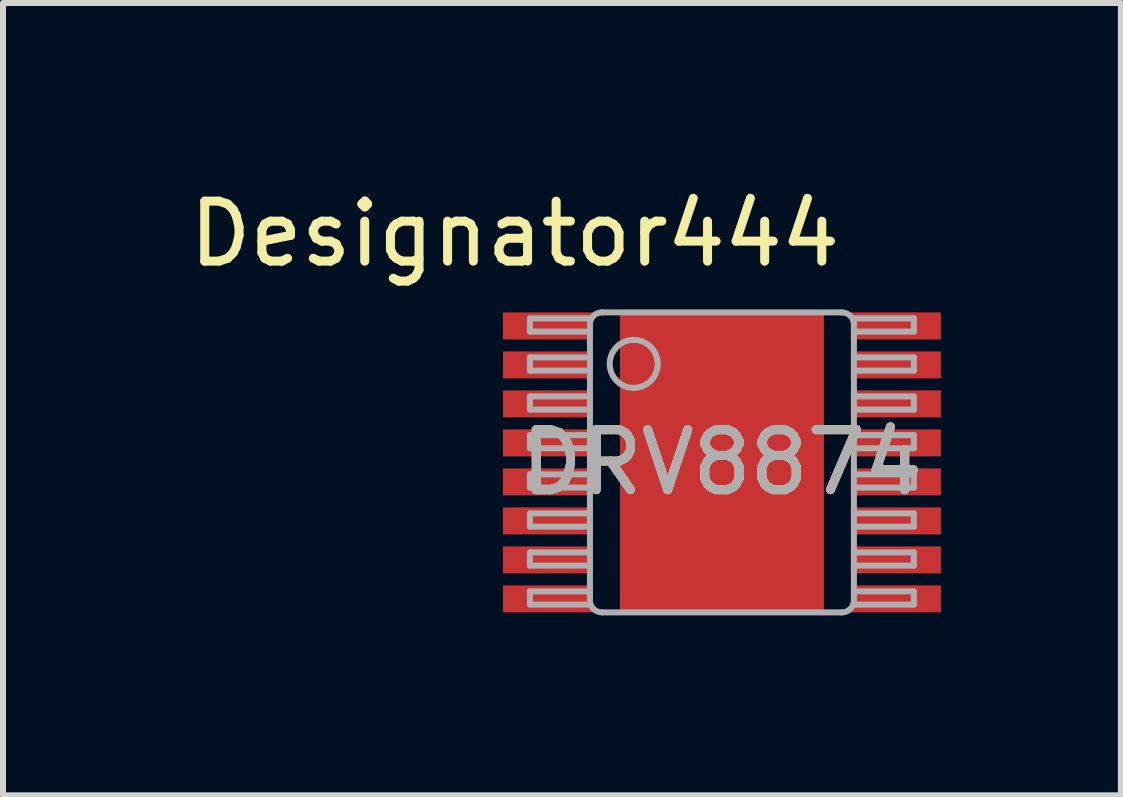
<source format=kicad_pcb>
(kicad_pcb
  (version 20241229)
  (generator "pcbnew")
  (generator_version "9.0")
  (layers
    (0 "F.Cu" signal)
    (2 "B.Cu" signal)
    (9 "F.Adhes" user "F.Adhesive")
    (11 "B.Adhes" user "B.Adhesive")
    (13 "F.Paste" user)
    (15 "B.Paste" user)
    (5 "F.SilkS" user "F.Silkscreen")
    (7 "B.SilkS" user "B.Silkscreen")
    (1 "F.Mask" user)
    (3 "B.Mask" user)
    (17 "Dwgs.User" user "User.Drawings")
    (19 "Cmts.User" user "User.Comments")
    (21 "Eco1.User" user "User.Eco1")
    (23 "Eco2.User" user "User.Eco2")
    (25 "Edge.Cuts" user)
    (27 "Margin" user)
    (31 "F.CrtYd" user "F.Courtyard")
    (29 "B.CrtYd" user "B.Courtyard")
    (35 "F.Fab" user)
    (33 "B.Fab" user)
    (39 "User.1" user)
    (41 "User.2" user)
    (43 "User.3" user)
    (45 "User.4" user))
  (footprint "DRV8874"
    (layer "F.Cu")
    (at 8.984 4.658)
    (property "Reference" "DRV8874" (at 0 0 0) (unlocked yes) (layer "F.SilkS") (effects (font (size 1 1) (thickness 0.15))))
    (attr smd)
    (fp_poly (pts (xy -1.23 1.726) (xy -1.23 -1.726) (xy -1.229 -1.735) (xy -1.226 -1.745) (xy -1.222 -1.753) (xy -1.216 -1.761) (xy -1.208 -1.767) (xy -1.2 -1.771) (xy -1.19 -1.774) (xy -1.181 -1.775) (xy 1.181 -1.775) (xy 1.19 -1.774) (xy 1.2 -1.771) (xy 1.208 -1.767) (xy 1.216 -1.761) (xy 1.222 -1.753) (xy 1.226 -1.745) (xy 1.229 -1.735) (xy 1.23 -1.726) (xy 1.23 1.726) (xy 1.229 1.735) (xy 1.226 1.745) (xy 1.222 1.753) (xy 1.216 1.761) (xy 1.208 1.767) (xy 1.2 1.771) (xy 1.19 1.774) (xy 1.181 1.775) (xy -1.181 1.775) (xy -1.19 1.774) (xy -1.2 1.771) (xy -1.208 1.767) (xy -1.216 1.761) (xy -1.222 1.753) (xy -1.226 1.745) (xy -1.229 1.735)) (stroke (width 0) (type solid)) (fill yes) (layer "F.Mask"))
    (fp_poly (pts (xy -1.23 1.726) (xy -1.23 -1.726) (xy -1.229 -1.735) (xy -1.226 -1.745) (xy -1.222 -1.753) (xy -1.216 -1.761) (xy -1.208 -1.767) (xy -1.2 -1.771) (xy -1.19 -1.774) (xy -1.181 -1.775) (xy 1.181 -1.775) (xy 1.19 -1.774) (xy 1.2 -1.771) (xy 1.208 -1.767) (xy 1.216 -1.761) (xy 1.222 -1.753) (xy 1.226 -1.745) (xy 1.229 -1.735) (xy 1.23 -1.726) (xy 1.23 1.726) (xy 1.229 1.735) (xy 1.226 1.745) (xy 1.222 1.753) (xy 1.216 1.761) (xy 1.208 1.767) (xy 1.2 1.771) (xy 1.19 1.774) (xy 1.181 1.775) (xy -1.181 1.775) (xy -1.19 1.774) (xy -1.2 1.771) (xy -1.208 1.767) (xy -1.216 1.761) (xy -1.222 1.753) (xy -1.226 1.745) (xy -1.229 1.735)) (stroke (width 0) (type solid)) (fill yes) (layer "F.Paste"))
    (fp_line (start -3.2 -2.4) (end -2.216 -2.4) (stroke (width 0.1) (type solid)) (layer "F.Fab"))
    (fp_line (start -3.2 -2.18) (end -3.2 -2.4) (stroke (width 0.1) (type solid)) (layer "F.Fab"))
    (fp_line (start -3.2 -2.18) (end -2.216 -2.18) (stroke (width 0.1) (type solid)) (layer "F.Fab"))
    (fp_line (start -3.2 -1.75) (end -2.216 -1.75) (stroke (width 0.1) (type solid)) (layer "F.Fab"))
    (fp_line (start -3.2 -1.53) (end -3.2 -1.75) (stroke (width 0.1) (type solid)) (layer "F.Fab"))
    (fp_line (start -3.2 -1.53) (end -2.216 -1.53) (stroke (width 0.1) (type solid)) (layer "F.Fab"))
    (fp_line (start -3.2 -1.1) (end -2.216 -1.1) (stroke (width 0.1) (type solid)) (layer "F.Fab"))
    (fp_line (start -3.2 -0.88) (end -3.2 -1.1) (stroke (width 0.1) (type solid)) (layer "F.Fab"))
    (fp_line (start -3.2 -0.88) (end -2.216 -0.88) (stroke (width 0.1) (type solid)) (layer "F.Fab"))
    (fp_line (start -3.2 -0.455) (end -2.216 -0.455) (stroke (width 0.1) (type solid)) (layer "F.Fab"))
    (fp_line (start -3.2 -0.235) (end -3.2 -0.455) (stroke (width 0.1) (type solid)) (layer "F.Fab"))
    (fp_line (start -3.2 -0.235) (end -2.216 -0.235) (stroke (width 0.1) (type solid)) (layer "F.Fab"))
    (fp_line (start -3.2 0.2) (end -2.216 0.2) (stroke (width 0.1) (type solid)) (layer "F.Fab"))
    (fp_line (start -3.2 0.42) (end -3.2 0.2) (stroke (width 0.1) (type solid)) (layer "F.Fab"))
    (fp_line (start -3.2 0.42) (end -2.216 0.42) (stroke (width 0.1) (type solid)) (layer "F.Fab"))
    (fp_line (start -3.2 0.85) (end -2.216 0.85) (stroke (width 0.1) (type solid)) (layer "F.Fab"))
    (fp_line (start -3.2 1.07) (end -3.2 0.85) (stroke (width 0.1) (type solid)) (layer "F.Fab"))
    (fp_line (start -3.2 1.07) (end -2.216 1.07) (stroke (width 0.1) (type solid)) (layer "F.Fab"))
    (fp_line (start -3.2 1.5) (end -2.216 1.5) (stroke (width 0.1) (type solid)) (layer "F.Fab"))
    (fp_line (start -3.2 1.72) (end -3.2 1.5) (stroke (width 0.1) (type solid)) (layer "F.Fab"))
    (fp_line (start -3.2 1.72) (end -2.216 1.72) (stroke (width 0.1) (type solid)) (layer "F.Fab"))
    (fp_line (start -3.2 2.15) (end -2.216 2.15) (stroke (width 0.1) (type solid)) (layer "F.Fab"))
    (fp_line (start -3.2 2.37) (end -3.2 2.15) (stroke (width 0.1) (type solid)) (layer "F.Fab"))
    (fp_line (start -3.2 2.37) (end -2.216 2.37) (stroke (width 0.1) (type solid)) (layer "F.Fab"))
    (fp_line (start -2.2 2.3) (end -2.2 -2.3) (stroke (width 0.1) (type solid)) (layer "F.Fab"))
    (fp_line (start -2 -2.5) (end 2 -2.5) (stroke (width 0.1) (type solid)) (layer "F.Fab"))
    (fp_line (start -2 2.5) (end 2 2.5) (stroke (width 0.1) (type solid)) (layer "F.Fab"))
    (fp_line (start 2.2 2.3) (end 2.2 -2.3) (stroke (width 0.1) (type solid)) (layer "F.Fab"))
    (fp_line (start 2.216 -2.4) (end 3.2 -2.4) (stroke (width 0.1) (type solid)) (layer "F.Fab"))
    (fp_line (start 2.216 -2.18) (end 3.2 -2.18) (stroke (width 0.1) (type solid)) (layer "F.Fab"))
    (fp_line (start 2.216 -1.75) (end 3.2 -1.75) (stroke (width 0.1) (type solid)) (layer "F.Fab"))
    (fp_line (start 2.216 -1.53) (end 3.2 -1.53) (stroke (width 0.1) (type solid)) (layer "F.Fab"))
    (fp_line (start 2.216 -1.1) (end 3.2 -1.1) (stroke (width 0.1) (type solid)) (layer "F.Fab"))
    (fp_line (start 2.216 -0.88) (end 3.2 -0.88) (stroke (width 0.1) (type solid)) (layer "F.Fab"))
    (fp_line (start 2.216 -0.455) (end 3.2 -0.455) (stroke (width 0.1) (type solid)) (layer "F.Fab"))
    (fp_line (start 2.216 -0.235) (end 3.2 -0.235) (stroke (width 0.1) (type solid)) (layer "F.Fab"))
    (fp_line (start 2.216 0.2) (end 3.2 0.2) (stroke (width 0.1) (type solid)) (layer "F.Fab"))
    (fp_line (start 2.216 0.42) (end 3.2 0.42) (stroke (width 0.1) (type solid)) (layer "F.Fab"))
    (fp_line (start 2.216 0.85) (end 3.2 0.85) (stroke (width 0.1) (type solid)) (layer "F.Fab"))
    (fp_line (start 2.216 1.07) (end 3.2 1.07) (stroke (width 0.1) (type solid)) (layer "F.Fab"))
    (fp_line (start 2.216 1.5) (end 3.2 1.5) (stroke (width 0.1) (type solid)) (layer "F.Fab"))
    (fp_line (start 2.216 1.72) (end 3.2 1.72) (stroke (width 0.1) (type solid)) (layer "F.Fab"))
    (fp_line (start 2.216 2.15) (end 3.2 2.15) (stroke (width 0.1) (type solid)) (layer "F.Fab"))
    (fp_line (start 2.216 2.37) (end 3.2 2.37) (stroke (width 0.1) (type solid)) (layer "F.Fab"))
    (fp_line (start 3.2 -2.18) (end 3.2 -2.4) (stroke (width 0.1) (type solid)) (layer "F.Fab"))
    (fp_line (start 3.2 -1.53) (end 3.2 -1.75) (stroke (width 0.1) (type solid)) (layer "F.Fab"))
    (fp_line (start 3.2 -0.88) (end 3.2 -1.1) (stroke (width 0.1) (type solid)) (layer "F.Fab"))
    (fp_line (start 3.2 -0.235) (end 3.2 -0.455) (stroke (width 0.1) (type solid)) (layer "F.Fab"))
    (fp_line (start 3.2 0.42) (end 3.2 0.2) (stroke (width 0.1) (type solid)) (layer "F.Fab"))
    (fp_line (start 3.2 1.07) (end 3.2 0.85) (stroke (width 0.1) (type solid)) (layer "F.Fab"))
    (fp_line (start 3.2 1.72) (end 3.2 1.5) (stroke (width 0.1) (type solid)) (layer "F.Fab"))
    (fp_line (start 3.2 2.37) (end 3.2 2.15) (stroke (width 0.1) (type solid)) (layer "F.Fab"))
    (fp_arc (start -2.200001 -2.3) (mid -2.141422 -2.441422) (end -2.000001 -2.5) (stroke (width 0.1) (type solid)) (layer "F.Fab"))
    (fp_arc (start -2.000001 2.5) (mid -2.141422 2.441422) (end -2.200001 2.3) (stroke (width 0.1) (type solid)) (layer "F.Fab"))
    (fp_arc (start -1.470139 -2.041987) (mid -1.07014 -1.641988) (end -1.470139 -1.241989) (stroke (width 0.1) (type solid)) (layer "F.Fab"))
    (fp_arc (start -1.470139 -1.241989) (mid -1.870139 -1.641988) (end -1.470139 -2.041987) (stroke (width 0.1) (type solid)) (layer "F.Fab"))
    (fp_arc (start 2.000001 -2.5) (mid 2.141422 -2.441422) (end 2.200001 -2.3) (stroke (width 0.1) (type solid)) (layer "F.Fab"))
    (fp_arc (start 2.200001 2.3) (mid 2.141422 2.441422) (end 2.000001 2.5) (stroke (width 0.1) (type solid)) (layer "F.Fab"))
    (fp_text user "Designator444" (at -3.454 -3.81 0) (unlocked yes) (layer "F.SilkS") (effects (font (size 1 1) (thickness 0.15))))
    (fp_text user "${REFERENCE}" (at 0 0 0) (unlocked yes) (layer "F.Fab") (effects (font (size 1 1) (thickness 0.15))))
    (pad "1" smd rect (at -2.9 -2.275 90) (size 0.45 1.5) (layers "F.Cu" "F.Mask" "F.Paste"))
    (pad "2" smd rect (at -2.9 -1.625 90) (size 0.45 1.5) (layers "F.Cu" "F.Mask" "F.Paste"))
    (pad "3" smd rect (at -2.9 -0.975 90) (size 0.45 1.5) (layers "F.Cu" "F.Mask" "F.Paste"))
    (pad "4" smd rect (at -2.9 -0.325 90) (size 0.45 1.5) (layers "F.Cu" "F.Mask" "F.Paste"))
    (pad "5" smd rect (at -2.9 0.325 90) (size 0.45 1.5) (layers "F.Cu" "F.Mask" "F.Paste"))
    (pad "6" smd rect (at -2.9 0.975 90) (size 0.45 1.5) (layers "F.Cu" "F.Mask" "F.Paste"))
    (pad "7" smd rect (at -2.9 1.625 90) (size 0.45 1.5) (layers "F.Cu" "F.Mask" "F.Paste"))
    (pad "8" smd rect (at -2.9 2.275 90) (size 0.45 1.5) (layers "F.Cu" "F.Mask" "F.Paste"))
    (pad "9" smd rect (at 2.9 2.275 90) (size 0.45 1.5) (layers "F.Cu" "F.Mask" "F.Paste"))
    (pad "10" smd rect (at 2.9 1.625 90) (size 0.45 1.5) (layers "F.Cu" "F.Mask" "F.Paste"))
    (pad "11" smd rect (at 2.9 0.975 90) (size 0.45 1.5) (layers "F.Cu" "F.Mask" "F.Paste"))
    (pad "12" smd rect (at 2.9 0.325 90) (size 0.45 1.5) (layers "F.Cu" "F.Mask" "F.Paste"))
    (pad "13" smd rect (at 2.9 -0.325 90) (size 0.45 1.5) (layers "F.Cu" "F.Mask" "F.Paste"))
    (pad "14" smd rect (at 2.9 -0.975 90) (size 0.45 1.5) (layers "F.Cu" "F.Mask" "F.Paste"))
    (pad "15" smd rect (at 2.9 -1.625 90) (size 0.45 1.5) (layers "F.Cu" "F.Mask" "F.Paste"))
    (pad "16" smd rect (at 2.9 -2.275 90) (size 0.45 1.5) (layers "F.Cu" "F.Mask" "F.Paste"))
    (pad "17" smd rect (at 0 0) (size 3.4 5) (layers "F.Cu" "F.Mask" "F.Paste")))
  (gr_rect
    (start -3 -3)
    (end 15.634 10.208)
    (stroke (width 0.1) (type default))
    (fill no)
    (layer "Edge.Cuts")))
</source>
